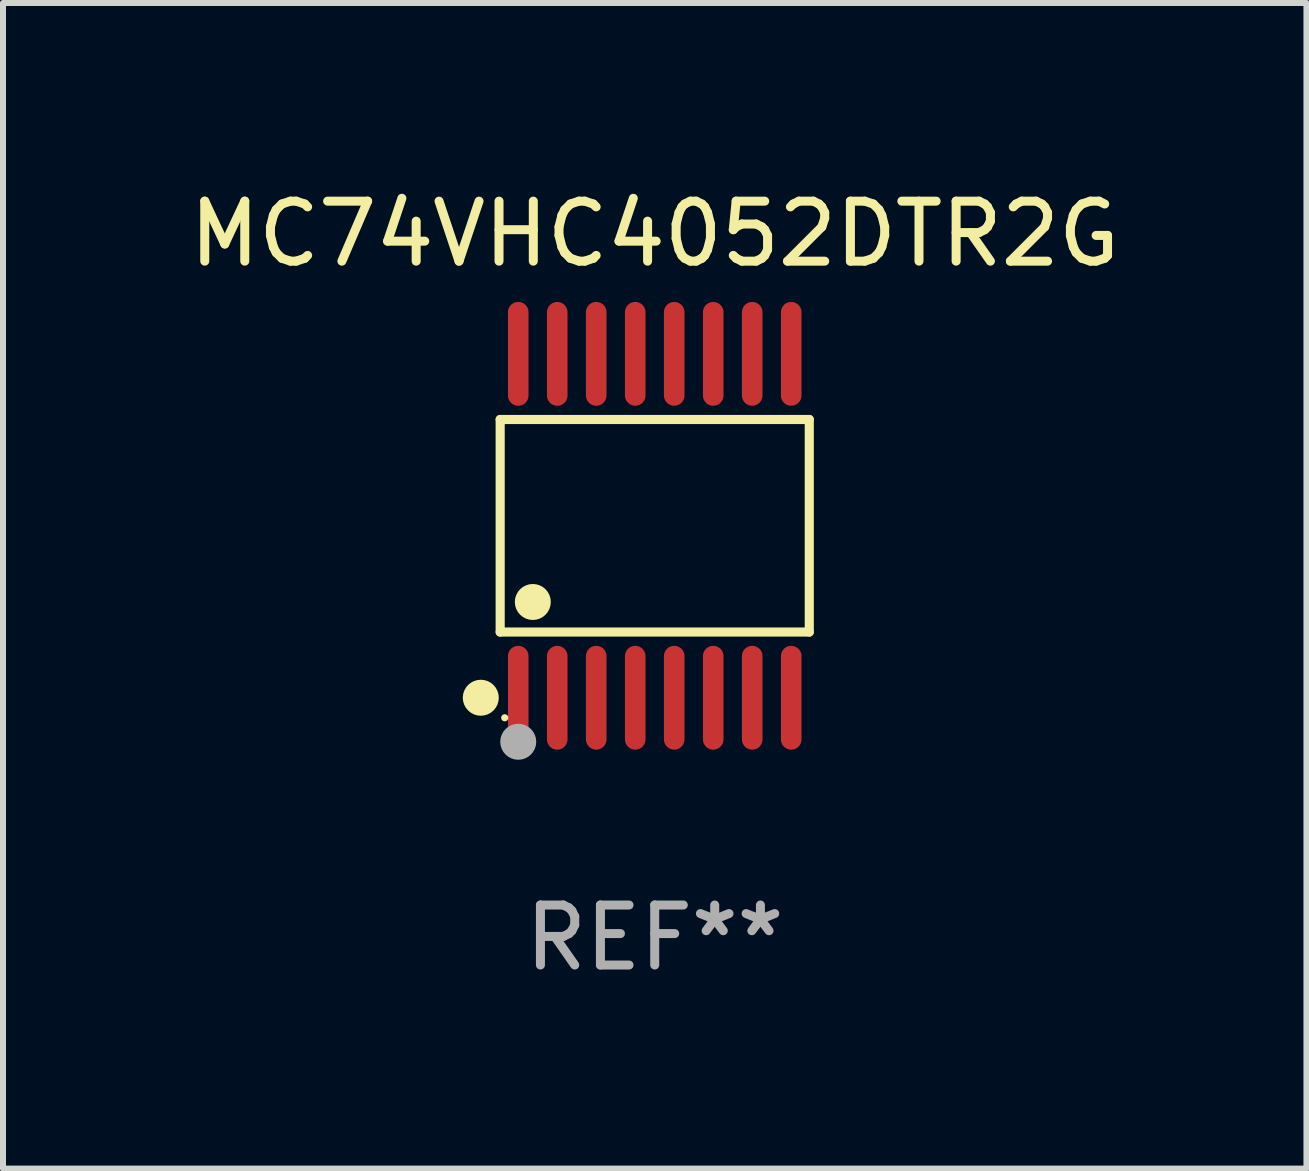
<source format=kicad_pcb>
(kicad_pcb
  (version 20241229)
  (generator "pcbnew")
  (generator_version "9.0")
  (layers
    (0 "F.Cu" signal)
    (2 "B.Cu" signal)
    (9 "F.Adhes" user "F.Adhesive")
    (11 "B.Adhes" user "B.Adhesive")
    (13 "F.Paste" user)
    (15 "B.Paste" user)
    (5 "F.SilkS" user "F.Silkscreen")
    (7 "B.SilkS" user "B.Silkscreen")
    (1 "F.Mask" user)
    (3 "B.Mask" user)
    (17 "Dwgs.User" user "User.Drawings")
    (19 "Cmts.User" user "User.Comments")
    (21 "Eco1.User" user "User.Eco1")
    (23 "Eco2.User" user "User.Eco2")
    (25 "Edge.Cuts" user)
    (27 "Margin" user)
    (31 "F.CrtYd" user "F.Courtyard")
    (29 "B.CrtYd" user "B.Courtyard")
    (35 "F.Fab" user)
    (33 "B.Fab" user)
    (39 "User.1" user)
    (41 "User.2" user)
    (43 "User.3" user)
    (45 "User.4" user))
  (footprint "MC74VHC4052DTR2G"
    (layer "F.Cu")
    (at 7.863 5.714)
    (property "Reference" "MC74VHC4052DTR2G" (at 0 -4.866 0) (layer "F.SilkS") (effects (font (size 1 1) (thickness 0.15))))
    (attr through_hole)
    (fp_line (start -2.576 -1.772) (end 2.576 -1.772) (stroke (width 0.152) (type solid)) (layer "F.SilkS"))
    (fp_line (start -2.576 1.771) (end -2.576 -1.772) (stroke (width 0.152) (type solid)) (layer "F.SilkS"))
    (fp_line (start 2.576 -1.772) (end 2.576 1.771) (stroke (width 0.152) (type solid)) (layer "F.SilkS"))
    (fp_line (start 2.576 1.771) (end -2.576 1.771) (stroke (width 0.152) (type solid)) (layer "F.SilkS"))
    (fp_circle (center -2.899 2.866) (end -2.749 2.866) (stroke (width 0.3) (type solid)) (fill no) (layer "F.SilkS"))
    (fp_circle (center -2.5 3.2) (end -2.47 3.2) (stroke (width 0.06) (type solid)) (fill no) (layer "F.SilkS"))
    (fp_circle (center -2.032 1.27) (end -1.882 1.27) (stroke (width 0.3) (type solid)) (fill no) (layer "F.SilkS"))
    (fp_circle (center -2.275 3.6) (end -2.125 3.6) (stroke (width 0.3) (type solid)) (fill no) (layer "F.Fab"))
    (fp_text user "REF**" (at 0 6.866 0) (layer "F.Fab") (effects (font (size 1 1) (thickness 0.15))))
    (pad "1" smd oval (at -2.275 2.866) (size 0.343 1.731) (layers "F.Cu" "F.Mask" "F.Paste"))
    (pad "2" smd oval (at -1.625 2.866) (size 0.343 1.731) (layers "F.Cu" "F.Mask" "F.Paste"))
    (pad "3" smd oval (at -0.975 2.866) (size 0.343 1.731) (layers "F.Cu" "F.Mask" "F.Paste"))
    (pad "4" smd oval (at -0.325 2.866) (size 0.343 1.731) (layers "F.Cu" "F.Mask" "F.Paste"))
    (pad "5" smd oval (at 0.325 2.866) (size 0.343 1.731) (layers "F.Cu" "F.Mask" "F.Paste"))
    (pad "6" smd oval (at 0.975 2.866) (size 0.343 1.731) (layers "F.Cu" "F.Mask" "F.Paste"))
    (pad "7" smd oval (at 1.625 2.866) (size 0.343 1.731) (layers "F.Cu" "F.Mask" "F.Paste"))
    (pad "8" smd oval (at 2.275 2.866) (size 0.343 1.731) (layers "F.Cu" "F.Mask" "F.Paste"))
    (pad "9" smd oval (at 2.275 -2.866) (size 0.343 1.731) (layers "F.Cu" "F.Mask" "F.Paste"))
    (pad "10" smd oval (at 1.625 -2.866) (size 0.343 1.731) (layers "F.Cu" "F.Mask" "F.Paste"))
    (pad "11" smd oval (at 0.975 -2.866) (size 0.343 1.731) (layers "F.Cu" "F.Mask" "F.Paste"))
    (pad "12" smd oval (at 0.325 -2.866) (size 0.343 1.731) (layers "F.Cu" "F.Mask" "F.Paste"))
    (pad "13" smd oval (at -0.325 -2.866) (size 0.343 1.731) (layers "F.Cu" "F.Mask" "F.Paste"))
    (pad "14" smd oval (at -0.975 -2.866) (size 0.343 1.731) (layers "F.Cu" "F.Mask" "F.Paste"))
    (pad "15" smd oval (at -1.625 -2.866) (size 0.343 1.731) (layers "F.Cu" "F.Mask" "F.Paste"))
    (pad "16" smd oval (at -2.275 -2.866) (size 0.343 1.731) (layers "F.Cu" "F.Mask" "F.Paste")))
  (gr_rect
    (start -3 -3)
    (end 18.726 16.428)
    (stroke (width 0.1) (type default))
    (fill no)
    (layer "Edge.Cuts")))
</source>
